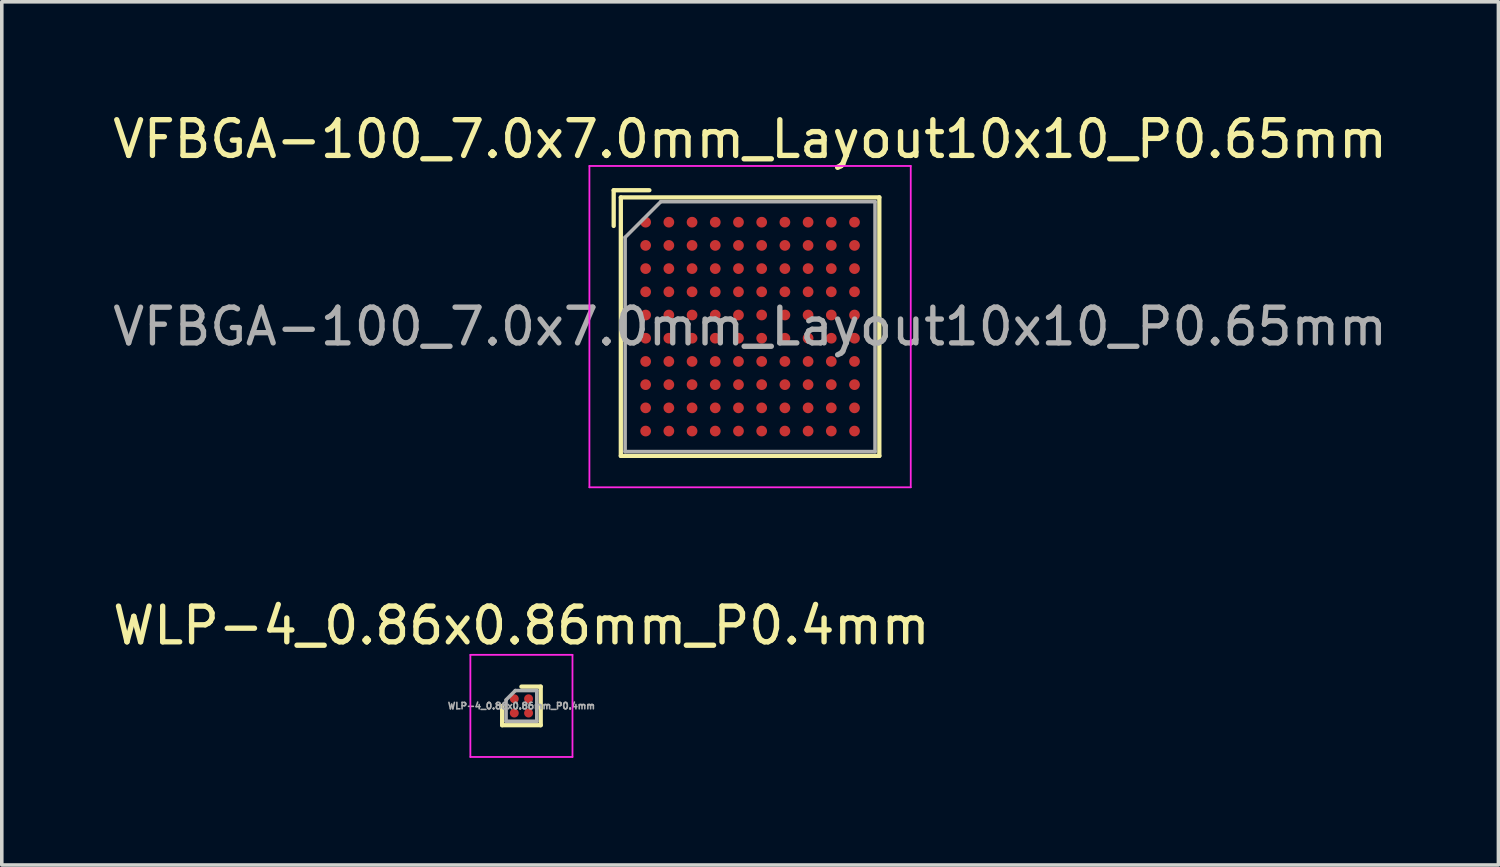
<source format=kicad_pcb>
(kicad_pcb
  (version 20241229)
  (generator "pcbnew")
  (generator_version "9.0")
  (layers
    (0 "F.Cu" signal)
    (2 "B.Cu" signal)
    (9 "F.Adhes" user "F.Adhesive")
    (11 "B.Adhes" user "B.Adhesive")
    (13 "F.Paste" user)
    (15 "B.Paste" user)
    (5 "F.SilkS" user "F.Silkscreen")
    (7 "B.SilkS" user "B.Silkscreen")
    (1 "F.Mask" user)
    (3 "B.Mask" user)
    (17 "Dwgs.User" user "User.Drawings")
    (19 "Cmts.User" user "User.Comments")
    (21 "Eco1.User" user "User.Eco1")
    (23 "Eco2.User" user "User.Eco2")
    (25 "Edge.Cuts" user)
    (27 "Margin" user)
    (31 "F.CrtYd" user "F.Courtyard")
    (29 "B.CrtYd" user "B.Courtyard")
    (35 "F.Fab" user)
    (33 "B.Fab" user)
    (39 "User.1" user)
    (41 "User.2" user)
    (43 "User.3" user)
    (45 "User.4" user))
  (footprint "WLP-4_0.86x0.86mm_P0.4mm"
    (layer "F.Cu")
    (at 11.554 16.721)
    (property "Reference" "WLP-4_0.86x0.86mm_P0.4mm" (at 0 -2.25 0) (layer "F.SilkS") (effects (font (size 1 1) (thickness 0.15))))
    (attr smd)
    (fp_line (start -0.54 0) (end -0.54 0.54) (stroke (width 0.12) (type solid)) (layer "F.SilkS"))
    (fp_line (start -0.54 0.54) (end 0.54 0.54) (stroke (width 0.12) (type solid)) (layer "F.SilkS"))
    (fp_line (start 0.54 -0.54) (end 0 -0.54) (stroke (width 0.12) (type solid)) (layer "F.SilkS"))
    (fp_line (start 0.54 0.54) (end 0.54 -0.54) (stroke (width 0.12) (type solid)) (layer "F.SilkS"))
    (fp_line (start -1.43 -1.43) (end 1.43 -1.43) (stroke (width 0.05) (type solid)) (layer "F.CrtYd"))
    (fp_line (start -1.43 1.43) (end -1.43 -1.43) (stroke (width 0.05) (type solid)) (layer "F.CrtYd"))
    (fp_line (start 1.43 -1.43) (end 1.43 1.43) (stroke (width 0.05) (type solid)) (layer "F.CrtYd"))
    (fp_line (start 1.43 1.43) (end -1.43 1.43) (stroke (width 0.05) (type solid)) (layer "F.CrtYd"))
    (fp_line (start -0.43 -0.16) (end -0.43 0.43) (stroke (width 0.1) (type solid)) (layer "F.Fab"))
    (fp_line (start -0.17 -0.43) (end -0.43 -0.17) (stroke (width 0.1) (type solid)) (layer "F.Fab"))
    (fp_line (start 0.43 -0.43) (end -0.17 -0.43) (stroke (width 0.1) (type solid)) (layer "F.Fab"))
    (fp_line (start 0.43 -0.43) (end 0.43 0.43) (stroke (width 0.1) (type solid)) (layer "F.Fab"))
    (fp_line (start 0.43 0.43) (end -0.43 0.43) (stroke (width 0.1) (type solid)) (layer "F.Fab"))
    (fp_text user "${REFERENCE}" (at 0 0 0) (layer "F.Fab") (effects (font (size 0.18 0.18) (thickness 0.045))))
    (pad "A1" smd circle (at -0.2 -0.2) (size 0.25 0.25) (layers "F.Cu" "F.Mask" "F.Paste"))
    (pad "A2" smd circle (at 0.2 -0.2) (size 0.25 0.25) (layers "F.Cu" "F.Mask" "F.Paste"))
    (pad "B1" smd circle (at -0.2 0.2) (size 0.25 0.25) (layers "F.Cu" "F.Mask" "F.Paste"))
    (pad "B2" smd circle (at 0.2 0.2) (size 0.25 0.25) (layers "F.Cu" "F.Mask" "F.Paste")))
  (footprint "VFBGA-100_7.0x7.0mm_Layout10x10_P0.65mm"
    (layer "F.Cu")
    (at 17.958 6.098)
    (property "Reference" "VFBGA-100_7.0x7.0mm_Layout10x10_P0.65mm" (at 0 -5.25 0) (layer "F.SilkS") (effects (font (size 1 1) (thickness 0.15))))
    (attr smd)
    (fp_line (start -3.82 -3.82) (end -2.82 -3.82) (stroke (width 0.12) (type solid)) (layer "F.SilkS"))
    (fp_line (start -3.82 -2.82) (end -3.82 -3.82) (stroke (width 0.12) (type solid)) (layer "F.SilkS"))
    (fp_line (start -3.62 -3.62) (end -3.62 3.62) (stroke (width 0.12) (type solid)) (layer "F.SilkS"))
    (fp_line (start -3.62 3.62) (end 3.62 3.62) (stroke (width 0.12) (type solid)) (layer "F.SilkS"))
    (fp_line (start 3.62 -3.62) (end -3.62 -3.62) (stroke (width 0.12) (type solid)) (layer "F.SilkS"))
    (fp_line (start 3.62 3.62) (end 3.62 -3.62) (stroke (width 0.12) (type solid)) (layer "F.SilkS"))
    (fp_line (start -4.5 -4.5) (end -4.5 4.5) (stroke (width 0.05) (type solid)) (layer "F.CrtYd"))
    (fp_line (start -4.5 -4.5) (end 4.5 -4.5) (stroke (width 0.05) (type solid)) (layer "F.CrtYd"))
    (fp_line (start 4.5 4.5) (end -4.5 4.5) (stroke (width 0.05) (type solid)) (layer "F.CrtYd"))
    (fp_line (start 4.5 4.5) (end 4.5 -4.5) (stroke (width 0.05) (type solid)) (layer "F.CrtYd"))
    (fp_line (start -3.5 -2.5) (end -3.5 3.5) (stroke (width 0.1) (type solid)) (layer "F.Fab"))
    (fp_line (start -3.5 3.5) (end 3.5 3.5) (stroke (width 0.1) (type solid)) (layer "F.Fab"))
    (fp_line (start -2.5 -3.5) (end -3.5 -2.5) (stroke (width 0.1) (type solid)) (layer "F.Fab"))
    (fp_line (start 3.5 -3.5) (end -2.5 -3.5) (stroke (width 0.1) (type solid)) (layer "F.Fab"))
    (fp_line (start 3.5 3.5) (end 3.5 -3.5) (stroke (width 0.1) (type solid)) (layer "F.Fab"))
    (fp_text user "${REFERENCE}" (at 0 0 0) (layer "F.Fab") (effects (font (size 1 1) (thickness 0.15))))
    (pad "A1" smd circle (at -2.925 -2.925) (size 0.3 0.3) (layers "F.Cu" "F.Mask" "F.Paste"))
    (pad "A2" smd circle (at -2.275 -2.925) (size 0.3 0.3) (layers "F.Cu" "F.Mask" "F.Paste"))
    (pad "A3" smd circle (at -1.625 -2.925) (size 0.3 0.3) (layers "F.Cu" "F.Mask" "F.Paste"))
    (pad "A4" smd circle (at -0.975 -2.925) (size 0.3 0.3) (layers "F.Cu" "F.Mask" "F.Paste"))
    (pad "A5" smd circle (at -0.325 -2.925) (size 0.3 0.3) (layers "F.Cu" "F.Mask" "F.Paste"))
    (pad "A6" smd circle (at 0.325 -2.925) (size 0.3 0.3) (layers "F.Cu" "F.Mask" "F.Paste"))
    (pad "A7" smd circle (at 0.975 -2.925) (size 0.3 0.3) (layers "F.Cu" "F.Mask" "F.Paste"))
    (pad "A8" smd circle (at 1.625 -2.925) (size 0.3 0.3) (layers "F.Cu" "F.Mask" "F.Paste"))
    (pad "A9" smd circle (at 2.275 -2.925) (size 0.3 0.3) (layers "F.Cu" "F.Mask" "F.Paste"))
    (pad "A10" smd circle (at 2.925 -2.925) (size 0.3 0.3) (layers "F.Cu" "F.Mask" "F.Paste"))
    (pad "B1" smd circle (at -2.925 -2.275) (size 0.3 0.3) (layers "F.Cu" "F.Mask" "F.Paste"))
    (pad "B2" smd circle (at -2.275 -2.275) (size 0.3 0.3) (layers "F.Cu" "F.Mask" "F.Paste"))
    (pad "B3" smd circle (at -1.625 -2.275) (size 0.3 0.3) (layers "F.Cu" "F.Mask" "F.Paste"))
    (pad "B4" smd circle (at -0.975 -2.275) (size 0.3 0.3) (layers "F.Cu" "F.Mask" "F.Paste"))
    (pad "B5" smd circle (at -0.325 -2.275) (size 0.3 0.3) (layers "F.Cu" "F.Mask" "F.Paste"))
    (pad "B6" smd circle (at 0.325 -2.275) (size 0.3 0.3) (layers "F.Cu" "F.Mask" "F.Paste"))
    (pad "B7" smd circle (at 0.975 -2.275) (size 0.3 0.3) (layers "F.Cu" "F.Mask" "F.Paste"))
    (pad "B8" smd circle (at 1.625 -2.275) (size 0.3 0.3) (layers "F.Cu" "F.Mask" "F.Paste"))
    (pad "B9" smd circle (at 2.275 -2.275) (size 0.3 0.3) (layers "F.Cu" "F.Mask" "F.Paste"))
    (pad "B10" smd circle (at 2.925 -2.275) (size 0.3 0.3) (layers "F.Cu" "F.Mask" "F.Paste"))
    (pad "C1" smd circle (at -2.925 -1.625) (size 0.3 0.3) (layers "F.Cu" "F.Mask" "F.Paste"))
    (pad "C2" smd circle (at -2.275 -1.625) (size 0.3 0.3) (layers "F.Cu" "F.Mask" "F.Paste"))
    (pad "C3" smd circle (at -1.625 -1.625) (size 0.3 0.3) (layers "F.Cu" "F.Mask" "F.Paste"))
    (pad "C4" smd circle (at -0.975 -1.625) (size 0.3 0.3) (layers "F.Cu" "F.Mask" "F.Paste"))
    (pad "C5" smd circle (at -0.325 -1.625) (size 0.3 0.3) (layers "F.Cu" "F.Mask" "F.Paste"))
    (pad "C6" smd circle (at 0.325 -1.625) (size 0.3 0.3) (layers "F.Cu" "F.Mask" "F.Paste"))
    (pad "C7" smd circle (at 0.975 -1.625) (size 0.3 0.3) (layers "F.Cu" "F.Mask" "F.Paste"))
    (pad "C8" smd circle (at 1.625 -1.625) (size 0.3 0.3) (layers "F.Cu" "F.Mask" "F.Paste"))
    (pad "C9" smd circle (at 2.275 -1.625) (size 0.3 0.3) (layers "F.Cu" "F.Mask" "F.Paste"))
    (pad "C10" smd circle (at 2.925 -1.625) (size 0.3 0.3) (layers "F.Cu" "F.Mask" "F.Paste"))
    (pad "D1" smd circle (at -2.925 -0.975) (size 0.3 0.3) (layers "F.Cu" "F.Mask" "F.Paste"))
    (pad "D2" smd circle (at -2.275 -0.975) (size 0.3 0.3) (layers "F.Cu" "F.Mask" "F.Paste"))
    (pad "D3" smd circle (at -1.625 -0.975) (size 0.3 0.3) (layers "F.Cu" "F.Mask" "F.Paste"))
    (pad "D4" smd circle (at -0.975 -0.975) (size 0.3 0.3) (layers "F.Cu" "F.Mask" "F.Paste"))
    (pad "D5" smd circle (at -0.325 -0.975) (size 0.3 0.3) (layers "F.Cu" "F.Mask" "F.Paste"))
    (pad "D6" smd circle (at 0.325 -0.975) (size 0.3 0.3) (layers "F.Cu" "F.Mask" "F.Paste"))
    (pad "D7" smd circle (at 0.975 -0.975) (size 0.3 0.3) (layers "F.Cu" "F.Mask" "F.Paste"))
    (pad "D8" smd circle (at 1.625 -0.975) (size 0.3 0.3) (layers "F.Cu" "F.Mask" "F.Paste"))
    (pad "D9" smd circle (at 2.275 -0.975) (size 0.3 0.3) (layers "F.Cu" "F.Mask" "F.Paste"))
    (pad "D10" smd circle (at 2.925 -0.975) (size 0.3 0.3) (layers "F.Cu" "F.Mask" "F.Paste"))
    (pad "E1" smd circle (at -2.925 -0.325) (size 0.3 0.3) (layers "F.Cu" "F.Mask" "F.Paste"))
    (pad "E2" smd circle (at -2.275 -0.325) (size 0.3 0.3) (layers "F.Cu" "F.Mask" "F.Paste"))
    (pad "E3" smd circle (at -1.625 -0.325) (size 0.3 0.3) (layers "F.Cu" "F.Mask" "F.Paste"))
    (pad "E4" smd circle (at -0.975 -0.325) (size 0.3 0.3) (layers "F.Cu" "F.Mask" "F.Paste"))
    (pad "E5" smd circle (at -0.325 -0.325) (size 0.3 0.3) (layers "F.Cu" "F.Mask" "F.Paste"))
    (pad "E6" smd circle (at 0.325 -0.325) (size 0.3 0.3) (layers "F.Cu" "F.Mask" "F.Paste"))
    (pad "E7" smd circle (at 0.975 -0.325) (size 0.3 0.3) (layers "F.Cu" "F.Mask" "F.Paste"))
    (pad "E8" smd circle (at 1.625 -0.325) (size 0.3 0.3) (layers "F.Cu" "F.Mask" "F.Paste"))
    (pad "E9" smd circle (at 2.275 -0.325) (size 0.3 0.3) (layers "F.Cu" "F.Mask" "F.Paste"))
    (pad "E10" smd circle (at 2.925 -0.325) (size 0.3 0.3) (layers "F.Cu" "F.Mask" "F.Paste"))
    (pad "F1" smd circle (at -2.925 0.325) (size 0.3 0.3) (layers "F.Cu" "F.Mask" "F.Paste"))
    (pad "F2" smd circle (at -2.275 0.325) (size 0.3 0.3) (layers "F.Cu" "F.Mask" "F.Paste"))
    (pad "F3" smd circle (at -1.625 0.325) (size 0.3 0.3) (layers "F.Cu" "F.Mask" "F.Paste"))
    (pad "F4" smd circle (at -0.975 0.325) (size 0.3 0.3) (layers "F.Cu" "F.Mask" "F.Paste"))
    (pad "F5" smd circle (at -0.325 0.325) (size 0.3 0.3) (layers "F.Cu" "F.Mask" "F.Paste"))
    (pad "F6" smd circle (at 0.325 0.325) (size 0.3 0.3) (layers "F.Cu" "F.Mask" "F.Paste"))
    (pad "F7" smd circle (at 0.975 0.325) (size 0.3 0.3) (layers "F.Cu" "F.Mask" "F.Paste"))
    (pad "F8" smd circle (at 1.625 0.325) (size 0.3 0.3) (layers "F.Cu" "F.Mask" "F.Paste"))
    (pad "F9" smd circle (at 2.275 0.325) (size 0.3 0.3) (layers "F.Cu" "F.Mask" "F.Paste"))
    (pad "F10" smd circle (at 2.925 0.325) (size 0.3 0.3) (layers "F.Cu" "F.Mask" "F.Paste"))
    (pad "G1" smd circle (at -2.925 0.975) (size 0.3 0.3) (layers "F.Cu" "F.Mask" "F.Paste"))
    (pad "G2" smd circle (at -2.275 0.975) (size 0.3 0.3) (layers "F.Cu" "F.Mask" "F.Paste"))
    (pad "G3" smd circle (at -1.625 0.975) (size 0.3 0.3) (layers "F.Cu" "F.Mask" "F.Paste"))
    (pad "G4" smd circle (at -0.975 0.975) (size 0.3 0.3) (layers "F.Cu" "F.Mask" "F.Paste"))
    (pad "G5" smd circle (at -0.325 0.975) (size 0.3 0.3) (layers "F.Cu" "F.Mask" "F.Paste"))
    (pad "G6" smd circle (at 0.325 0.975) (size 0.3 0.3) (layers "F.Cu" "F.Mask" "F.Paste"))
    (pad "G7" smd circle (at 0.975 0.975) (size 0.3 0.3) (layers "F.Cu" "F.Mask" "F.Paste"))
    (pad "G8" smd circle (at 1.625 0.975) (size 0.3 0.3) (layers "F.Cu" "F.Mask" "F.Paste"))
    (pad "G9" smd circle (at 2.275 0.975) (size 0.3 0.3) (layers "F.Cu" "F.Mask" "F.Paste"))
    (pad "G10" smd circle (at 2.925 0.975) (size 0.3 0.3) (layers "F.Cu" "F.Mask" "F.Paste"))
    (pad "H1" smd circle (at -2.925 1.625) (size 0.3 0.3) (layers "F.Cu" "F.Mask" "F.Paste"))
    (pad "H2" smd circle (at -2.275 1.625) (size 0.3 0.3) (layers "F.Cu" "F.Mask" "F.Paste"))
    (pad "H3" smd circle (at -1.625 1.625) (size 0.3 0.3) (layers "F.Cu" "F.Mask" "F.Paste"))
    (pad "H4" smd circle (at -0.975 1.625) (size 0.3 0.3) (layers "F.Cu" "F.Mask" "F.Paste"))
    (pad "H5" smd circle (at -0.325 1.625) (size 0.3 0.3) (layers "F.Cu" "F.Mask" "F.Paste"))
    (pad "H6" smd circle (at 0.325 1.625) (size 0.3 0.3) (layers "F.Cu" "F.Mask" "F.Paste"))
    (pad "H7" smd circle (at 0.975 1.625) (size 0.3 0.3) (layers "F.Cu" "F.Mask" "F.Paste"))
    (pad "H8" smd circle (at 1.625 1.625) (size 0.3 0.3) (layers "F.Cu" "F.Mask" "F.Paste"))
    (pad "H9" smd circle (at 2.275 1.625) (size 0.3 0.3) (layers "F.Cu" "F.Mask" "F.Paste"))
    (pad "H10" smd circle (at 2.925 1.625) (size 0.3 0.3) (layers "F.Cu" "F.Mask" "F.Paste"))
    (pad "J1" smd circle (at -2.925 2.275) (size 0.3 0.3) (layers "F.Cu" "F.Mask" "F.Paste"))
    (pad "J2" smd circle (at -2.275 2.275) (size 0.3 0.3) (layers "F.Cu" "F.Mask" "F.Paste"))
    (pad "J3" smd circle (at -1.625 2.275) (size 0.3 0.3) (layers "F.Cu" "F.Mask" "F.Paste"))
    (pad "J4" smd circle (at -0.975 2.275) (size 0.3 0.3) (layers "F.Cu" "F.Mask" "F.Paste"))
    (pad "J5" smd circle (at -0.325 2.275) (size 0.3 0.3) (layers "F.Cu" "F.Mask" "F.Paste"))
    (pad "J6" smd circle (at 0.325 2.275) (size 0.3 0.3) (layers "F.Cu" "F.Mask" "F.Paste"))
    (pad "J7" smd circle (at 0.975 2.275) (size 0.3 0.3) (layers "F.Cu" "F.Mask" "F.Paste"))
    (pad "J8" smd circle (at 1.625 2.275) (size 0.3 0.3) (layers "F.Cu" "F.Mask" "F.Paste"))
    (pad "J9" smd circle (at 2.275 2.275) (size 0.3 0.3) (layers "F.Cu" "F.Mask" "F.Paste"))
    (pad "J10" smd circle (at 2.925 2.275) (size 0.3 0.3) (layers "F.Cu" "F.Mask" "F.Paste"))
    (pad "K1" smd circle (at -2.925 2.925) (size 0.3 0.3) (layers "F.Cu" "F.Mask" "F.Paste"))
    (pad "K2" smd circle (at -2.275 2.925) (size 0.3 0.3) (layers "F.Cu" "F.Mask" "F.Paste"))
    (pad "K3" smd circle (at -1.625 2.925) (size 0.3 0.3) (layers "F.Cu" "F.Mask" "F.Paste"))
    (pad "K4" smd circle (at -0.975 2.925) (size 0.3 0.3) (layers "F.Cu" "F.Mask" "F.Paste"))
    (pad "K5" smd circle (at -0.325 2.925) (size 0.3 0.3) (layers "F.Cu" "F.Mask" "F.Paste"))
    (pad "K6" smd circle (at 0.325 2.925) (size 0.3 0.3) (layers "F.Cu" "F.Mask" "F.Paste"))
    (pad "K7" smd circle (at 0.975 2.925) (size 0.3 0.3) (layers "F.Cu" "F.Mask" "F.Paste"))
    (pad "K8" smd circle (at 1.625 2.925) (size 0.3 0.3) (layers "F.Cu" "F.Mask" "F.Paste"))
    (pad "K9" smd circle (at 2.275 2.925) (size 0.3 0.3) (layers "F.Cu" "F.Mask" "F.Paste"))
    (pad "K10" smd circle (at 2.925 2.925) (size 0.3 0.3) (layers "F.Cu" "F.Mask" "F.Paste")))
  (gr_rect
    (start -3 -3)
    (end 38.917 21.177)
    (stroke (width 0.1) (type default))
    (fill no)
    (layer "Edge.Cuts")))
</source>
